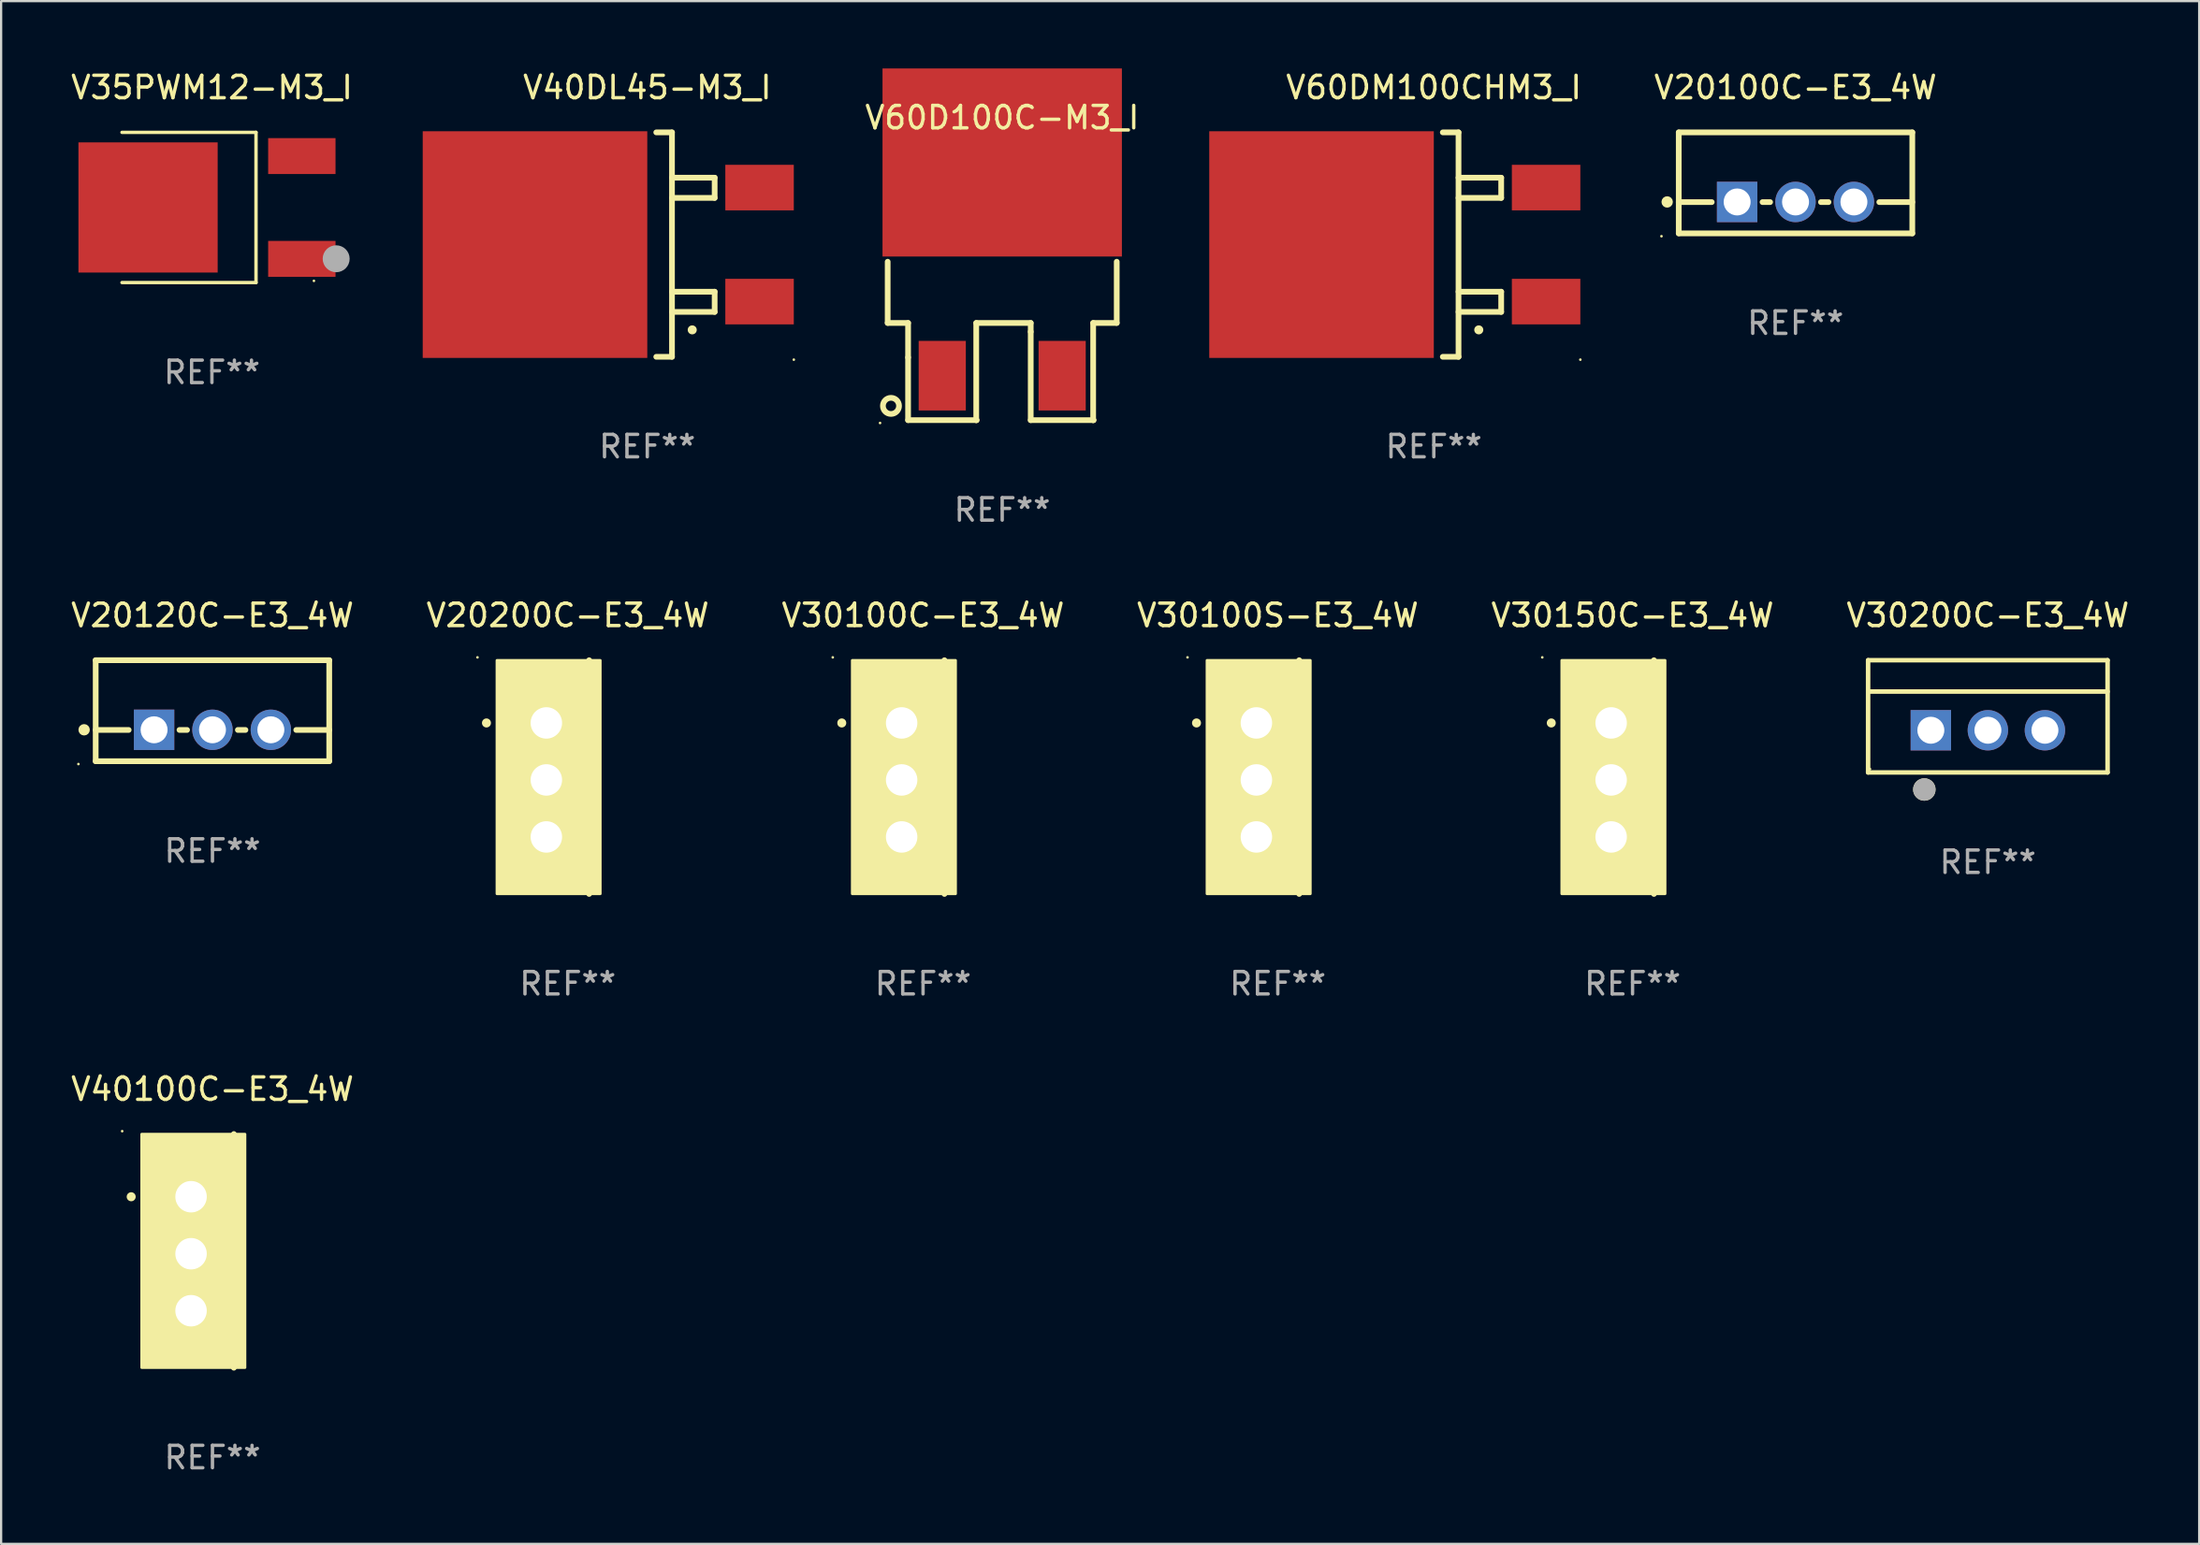
<source format=kicad_pcb>
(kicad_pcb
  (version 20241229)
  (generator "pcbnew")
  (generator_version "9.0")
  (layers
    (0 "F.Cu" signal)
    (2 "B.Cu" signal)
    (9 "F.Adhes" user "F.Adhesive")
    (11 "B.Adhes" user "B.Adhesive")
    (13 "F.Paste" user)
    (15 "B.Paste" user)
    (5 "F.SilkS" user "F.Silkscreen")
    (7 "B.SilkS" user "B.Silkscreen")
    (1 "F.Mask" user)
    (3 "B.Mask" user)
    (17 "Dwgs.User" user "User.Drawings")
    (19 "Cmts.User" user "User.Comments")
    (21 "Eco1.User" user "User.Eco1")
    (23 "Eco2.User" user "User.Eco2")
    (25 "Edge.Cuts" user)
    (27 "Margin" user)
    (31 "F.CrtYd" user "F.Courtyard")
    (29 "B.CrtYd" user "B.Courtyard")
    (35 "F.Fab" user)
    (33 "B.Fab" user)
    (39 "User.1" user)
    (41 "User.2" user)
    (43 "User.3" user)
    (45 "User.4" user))
  (footprint "V30200C-E3_4W"
    (layer "F.Cu")
    (at 85.47 28.867)
    (property "Reference" "V30200C-E3_4W" (at 0 -4.5 0) (layer "F.SilkS") (effects (font (size 1 1) (thickness 0.15))))
    (attr through_hole)
    (fp_line (start -5.332 2.5) (end -5.332 -2.5) (stroke (width 0.201) (type solid)) (layer "F.SilkS"))
    (fp_line (start -5.328 -2.5) (end 5.332 -2.5) (stroke (width 0.201) (type solid)) (layer "F.SilkS"))
    (fp_line (start -5.328 -1.104) (end 5.332 -1.104) (stroke (width 0.201) (type solid)) (layer "F.SilkS"))
    (fp_line (start 5.332 -2.5) (end 5.332 2.5) (stroke (width 0.201) (type solid)) (layer "F.SilkS"))
    (fp_line (start 5.332 2.5) (end -5.332 2.5) (stroke (width 0.201) (type solid)) (layer "F.SilkS"))
    (fp_circle (center -5.248 2.35) (end -5.218 2.35) (stroke (width 0.06) (type solid)) (fill no) (layer "F.SilkS"))
    (fp_circle (center -2.828 3.26) (end -2.578 3.26) (stroke (width 0.5) (type solid)) (fill no) (layer "F.SilkS"))
    (fp_circle (center -2.828 3.26) (end -2.578 3.26) (stroke (width 0.5) (type solid)) (fill no) (layer "F.Fab"))
    (fp_text user "REF**" (at 0 6.5 0) (layer "F.Fab") (effects (font (size 1 1) (thickness 0.15))))
    (pad "1" thru_hole rect (at -2.538 0.62) (size 1.8 1.8) (drill 1.2) (layers "*.Cu" "*.Mask"))
    (pad "2" thru_hole circle (at 0.002 0.62) (size 1.8 1.8) (drill 1.2) (layers "*.Cu" "*.Mask"))
    (pad "3" thru_hole circle (at 2.542 0.62) (size 1.8 1.8) (drill 1.2) (layers "*.Cu" "*.Mask")))
  (footprint "V30150C-E3_4W"
    (layer "F.Cu")
    (at 69.649 31.574)
    (property "Reference" "V30150C-E3_4W" (at 0 -7.207 0) (layer "F.SilkS") (effects (font (size 1 1) (thickness 0.15))))
    (attr through_hole)
    (fp_line (start 0.953 5.207) (end 0.953 -5.207) (stroke (width 0.254) (type solid)) (layer "F.SilkS"))
    (fp_arc (start -3.619507 -2.410465) (mid -3.619511 -2.411735) (end -3.619507 -2.413005) (stroke (width 0.4) (type solid)) (layer "F.SilkS"))
    (fp_circle (center -4.02 -5.334) (end -3.99 -5.334) (stroke (width 0.06) (type solid)) (fill no) (layer "F.SilkS"))
    (fp_poly (pts (xy -3.152 -5.2) (xy 1.448 -5.2) (xy 1.448 5.2) (xy -3.152 5.2)) (stroke (width 0.12) (type solid)) (fill yes) (layer "F.SilkS"))
    (fp_text user "REF**" (at 0 9.207 0) (layer "F.Fab") (effects (font (size 1 1) (thickness 0.15))))
    (pad "1" thru_hole rect (at -0.953 -2.413 270) (size 2 2.5) (drill 1.4) (layers "*.Cu" "*.Mask"))
    (pad "2" thru_hole oval (at -0.953 0.127 270) (size 2 2.5) (drill 1.4) (layers "*.Cu" "*.Mask"))
    (pad "3" thru_hole oval (at -0.953 2.667 270) (size 2 2.5) (drill 1.4) (layers "*.Cu" "*.Mask")))
  (footprint "V40100C-E3_4W"
    (layer "F.Cu")
    (at 6.411 52.685)
    (property "Reference" "V40100C-E3_4W" (at 0 -7.207 0) (layer "F.SilkS") (effects (font (size 1 1) (thickness 0.15))))
    (attr through_hole)
    (fp_line (start 0.953 5.207) (end 0.953 -5.207) (stroke (width 0.254) (type solid)) (layer "F.SilkS"))
    (fp_arc (start -3.619507 -2.410465) (mid -3.619511 -2.411735) (end -3.619507 -2.413005) (stroke (width 0.4) (type solid)) (layer "F.SilkS"))
    (fp_circle (center -4.02 -5.334) (end -3.99 -5.334) (stroke (width 0.06) (type solid)) (fill no) (layer "F.SilkS"))
    (fp_poly (pts (xy -3.152 -5.2) (xy 1.448 -5.2) (xy 1.448 5.2) (xy -3.152 5.2)) (stroke (width 0.12) (type solid)) (fill yes) (layer "F.SilkS"))
    (fp_text user "REF**" (at 0 9.207 0) (layer "F.Fab") (effects (font (size 1 1) (thickness 0.15))))
    (pad "1" thru_hole rect (at -0.953 -2.413 270) (size 2 2.5) (drill 1.4) (layers "*.Cu" "*.Mask"))
    (pad "2" thru_hole oval (at -0.953 0.127 270) (size 2 2.5) (drill 1.4) (layers "*.Cu" "*.Mask"))
    (pad "3" thru_hole oval (at -0.953 2.667 270) (size 2 2.5) (drill 1.4) (layers "*.Cu" "*.Mask")))
  (footprint "V20200C-E3_4W"
    (layer "F.Cu")
    (at 22.232 31.574)
    (property "Reference" "V20200C-E3_4W" (at 0 -7.207 0) (layer "F.SilkS") (effects (font (size 1 1) (thickness 0.15))))
    (attr through_hole)
    (fp_line (start 0.953 5.207) (end 0.953 -5.207) (stroke (width 0.254) (type solid)) (layer "F.SilkS"))
    (fp_arc (start -3.619507 -2.410465) (mid -3.619511 -2.411735) (end -3.619507 -2.413005) (stroke (width 0.4) (type solid)) (layer "F.SilkS"))
    (fp_circle (center -4.02 -5.334) (end -3.99 -5.334) (stroke (width 0.06) (type solid)) (fill no) (layer "F.SilkS"))
    (fp_poly (pts (xy -3.152 -5.2) (xy 1.448 -5.2) (xy 1.448 5.2) (xy -3.152 5.2)) (stroke (width 0.12) (type solid)) (fill yes) (layer "F.SilkS"))
    (fp_text user "REF**" (at 0 9.207 0) (layer "F.Fab") (effects (font (size 1 1) (thickness 0.15))))
    (pad "1" thru_hole rect (at -0.953 -2.413 270) (size 2 2.5) (drill 1.4) (layers "*.Cu" "*.Mask"))
    (pad "2" thru_hole oval (at -0.953 0.127 270) (size 2 2.5) (drill 1.4) (layers "*.Cu" "*.Mask"))
    (pad "3" thru_hole oval (at -0.953 2.667 270) (size 2 2.5) (drill 1.4) (layers "*.Cu" "*.Mask")))
  (footprint "V20100C-E3_4W"
    (layer "F.Cu")
    (at 76.906 5.098)
    (property "Reference" "V20100C-E3_4W" (at 0 -4.25 0) (layer "F.SilkS") (effects (font (size 1 1) (thickness 0.15))))
    (attr through_hole)
    (fp_line (start -5.2 -2.25) (end -5.2 2.25) (stroke (width 0.254) (type solid)) (layer "F.SilkS"))
    (fp_line (start -5.2 -2.25) (end 5.2 -2.25) (stroke (width 0.254) (type solid)) (layer "F.SilkS"))
    (fp_line (start -5.2 0.857) (end -3.731 0.857) (stroke (width 0.254) (type solid)) (layer "F.SilkS"))
    (fp_line (start -5.2 2.25) (end 5.2 2.25) (stroke (width 0.254) (type solid)) (layer "F.SilkS"))
    (fp_line (start -1.469 0.857) (end -1.131 0.857) (stroke (width 0.254) (type solid)) (layer "F.SilkS"))
    (fp_line (start 1.131 0.857) (end 1.469 0.857) (stroke (width 0.254) (type solid)) (layer "F.SilkS"))
    (fp_line (start 3.731 0.857) (end 5.2 0.857) (stroke (width 0.254) (type solid)) (layer "F.SilkS"))
    (fp_line (start 5.2 -2.25) (end 5.2 2.25) (stroke (width 0.254) (type solid)) (layer "F.SilkS"))
    (fp_circle (center -5.969 2.377) (end -5.939 2.377) (stroke (width 0.06) (type solid)) (fill no) (layer "F.SilkS"))
    (fp_circle (center -5.715 0.85) (end -5.588 0.85) (stroke (width 0.254) (type solid)) (fill no) (layer "F.SilkS"))
    (fp_text user "REF**" (at 0 6.25 0) (layer "F.Fab") (effects (font (size 1 1) (thickness 0.15))))
    (pad "1" thru_hole rect (at -2.6 0.85) (size 1.8 1.8) (drill 1.2) (layers "*.Cu" "*.Mask"))
    (pad "2" thru_hole circle (at 0 0.85) (size 1.8 1.8) (drill 1.2) (layers "*.Cu" "*.Mask"))
    (pad "3" thru_hole circle (at 2.6 0.85) (size 1.8 1.8) (drill 1.2) (layers "*.Cu" "*.Mask")))
  (footprint "V35PWM12-M3_I"
    (layer "F.Cu")
    (at 6.387 6.194)
    (property "Reference" "V35PWM12-M3_I" (at 0 -5.346 0) (layer "F.SilkS") (effects (font (size 1 1) (thickness 0.15))))
    (attr through_hole)
    (fp_line (start -4.004 -3.346) (end 1.963 -3.346) (stroke (width 0.152) (type solid)) (layer "F.SilkS"))
    (fp_line (start -4.004 3.346) (end 1.963 3.346) (stroke (width 0.152) (type solid)) (layer "F.SilkS"))
    (fp_line (start 1.963 3.346) (end 1.963 -3.346) (stroke (width 0.152) (type solid)) (layer "F.SilkS"))
    (fp_circle (center 4.542 3.27) (end 4.572 3.27) (stroke (width 0.06) (type solid)) (fill no) (layer "F.SilkS"))
    (fp_circle (center 5.533 2.286) (end 5.833 2.286) (stroke (width 0.6) (type solid)) (fill no) (layer "F.Fab"))
    (fp_text user "REF**" (at 0 7.346 0) (layer "F.Fab") (effects (font (size 1 1) (thickness 0.15))))
    (pad "1" smd rect (at 4.004 2.29) (size 3 1.6) (layers "F.Cu" "F.Mask" "F.Paste"))
    (pad "2" smd rect (at -2.844 0) (size 6.2 5.8) (layers "F.Cu" "F.Mask" "F.Paste"))
    (pad "3" smd rect (at 4.004 -2.29) (size 3 1.6) (layers "F.Cu" "F.Mask" "F.Paste")))
  (footprint "V40DL45-M3_I"
    (layer "F.Cu")
    (at 25.774 7.848)
    (property "Reference" "V40DL45-M3_I" (at 0 -7 0) (layer "F.SilkS") (effects (font (size 1 1) (thickness 0.15))))
    (attr through_hole)
    (fp_line (start 0.4 -5) (end 1.1 -5) (stroke (width 0.254) (type solid)) (layer "F.SilkS"))
    (fp_line (start 1.1 -5) (end 1.1 5) (stroke (width 0.254) (type solid)) (layer "F.SilkS"))
    (fp_line (start 1.1 -2.08) (end 3 -2.08) (stroke (width 0.254) (type solid)) (layer "F.SilkS"))
    (fp_line (start 1.1 3) (end 3 3) (stroke (width 0.254) (type solid)) (layer "F.SilkS"))
    (fp_line (start 1.1 5) (end 0.4 5) (stroke (width 0.254) (type solid)) (layer "F.SilkS"))
    (fp_line (start 3 -2.98) (end 1.1 -2.98) (stroke (width 0.254) (type solid)) (layer "F.SilkS"))
    (fp_line (start 3 -2.08) (end 3 -2.98) (stroke (width 0.254) (type solid)) (layer "F.SilkS"))
    (fp_line (start 3 2.1) (end 1.1 2.1) (stroke (width 0.254) (type solid)) (layer "F.SilkS"))
    (fp_line (start 3 3) (end 3 2.1) (stroke (width 0.254) (type solid)) (layer "F.SilkS"))
    (fp_arc (start 2.000254 3.799848) (mid 2.001524 3.799844) (end 2.002794 3.799848) (stroke (width 0.4) (type solid)) (layer "F.SilkS"))
    (fp_circle (center 6.525 5.127) (end 6.555 5.127) (stroke (width 0.06) (type solid)) (fill no) (layer "F.SilkS"))
    (fp_text user "REF**" (at 0 9 0) (layer "F.Fab") (effects (font (size 1 1) (thickness 0.15))))
    (pad "1" smd rect (at 5 2.54 270) (size 2.03 3.05) (layers "F.Cu" "F.Mask" "F.Paste"))
    (pad "2" smd rect (at 5 -2.54 270) (size 2.03 3.05) (layers "F.Cu" "F.Mask" "F.Paste"))
    (pad "3" smd rect (at -5 -0.000254 270) (size 10.1 10) (layers "F.Cu" "F.Mask" "F.Paste")))
  (footprint "V60DM100CHM3_I"
    (layer "F.Cu")
    (at 60.799 7.848)
    (property "Reference" "V60DM100CHM3_I" (at 0 -7 0) (layer "F.SilkS") (effects (font (size 1 1) (thickness 0.15))))
    (attr through_hole)
    (fp_line (start 0.4 -5) (end 1.1 -5) (stroke (width 0.254) (type solid)) (layer "F.SilkS"))
    (fp_line (start 1.1 -5) (end 1.1 5) (stroke (width 0.254) (type solid)) (layer "F.SilkS"))
    (fp_line (start 1.1 -2.08) (end 3 -2.08) (stroke (width 0.254) (type solid)) (layer "F.SilkS"))
    (fp_line (start 1.1 3) (end 3 3) (stroke (width 0.254) (type solid)) (layer "F.SilkS"))
    (fp_line (start 1.1 5) (end 0.4 5) (stroke (width 0.254) (type solid)) (layer "F.SilkS"))
    (fp_line (start 3 -2.98) (end 1.1 -2.98) (stroke (width 0.254) (type solid)) (layer "F.SilkS"))
    (fp_line (start 3 -2.08) (end 3 -2.98) (stroke (width 0.254) (type solid)) (layer "F.SilkS"))
    (fp_line (start 3 2.1) (end 1.1 2.1) (stroke (width 0.254) (type solid)) (layer "F.SilkS"))
    (fp_line (start 3 3) (end 3 2.1) (stroke (width 0.254) (type solid)) (layer "F.SilkS"))
    (fp_arc (start 2.000254 3.799848) (mid 2.001524 3.799844) (end 2.002794 3.799848) (stroke (width 0.4) (type solid)) (layer "F.SilkS"))
    (fp_circle (center 6.525 5.127) (end 6.555 5.127) (stroke (width 0.06) (type solid)) (fill no) (layer "F.SilkS"))
    (fp_text user "REF**" (at 0 9 0) (layer "F.Fab") (effects (font (size 1 1) (thickness 0.15))))
    (pad "1" smd rect (at 5 2.54 270) (size 2.03 3.05) (layers "F.Cu" "F.Mask" "F.Paste"))
    (pad "2" smd rect (at 5 -2.54 270) (size 2.03 3.05) (layers "F.Cu" "F.Mask" "F.Paste"))
    (pad "3" smd rect (at -5 -0.000254 270) (size 10.1 10) (layers "F.Cu" "F.Mask" "F.Paste")))
  (footprint "V30100S-E3_4W"
    (layer "F.Cu")
    (at 53.851 31.574)
    (property "Reference" "V30100S-E3_4W" (at 0 -7.207 0) (layer "F.SilkS") (effects (font (size 1 1) (thickness 0.15))))
    (attr through_hole)
    (fp_line (start 0.953 5.207) (end 0.953 -5.207) (stroke (width 0.254) (type solid)) (layer "F.SilkS"))
    (fp_arc (start -3.619507 -2.410465) (mid -3.619511 -2.411735) (end -3.619507 -2.413005) (stroke (width 0.4) (type solid)) (layer "F.SilkS"))
    (fp_circle (center -4.02 -5.334) (end -3.99 -5.334) (stroke (width 0.06) (type solid)) (fill no) (layer "F.SilkS"))
    (fp_poly (pts (xy -3.152 -5.2) (xy 1.448 -5.2) (xy 1.448 5.2) (xy -3.152 5.2)) (stroke (width 0.12) (type solid)) (fill yes) (layer "F.SilkS"))
    (fp_text user "REF**" (at 0 9.207 0) (layer "F.Fab") (effects (font (size 1 1) (thickness 0.15))))
    (pad "1" thru_hole rect (at -0.953 -2.413 270) (size 2 2.5) (drill 1.4) (layers "*.Cu" "*.Mask"))
    (pad "2" thru_hole oval (at -0.953 0.127 270) (size 2 2.5) (drill 1.4) (layers "*.Cu" "*.Mask"))
    (pad "3" thru_hole oval (at -0.953 2.667 270) (size 2 2.5) (drill 1.4) (layers "*.Cu" "*.Mask")))
  (footprint "V60D100C-M3_I"
    (layer "F.Cu")
    (at 41.579 9.93)
    (property "Reference" "V60D100C-M3_I" (at 0 -7.74 0) (layer "F.SilkS") (effects (font (size 1 1) (thickness 0.15))))
    (attr through_hole)
    (fp_line (start -5.1 1.41) (end -5.1 -1.319) (stroke (width 0.254) (type solid)) (layer "F.SilkS"))
    (fp_line (start -5.1 1.41) (end -4.191 1.41) (stroke (width 0.254) (type solid)) (layer "F.SilkS"))
    (fp_line (start -4.191 1.41) (end -4.191 2.946) (stroke (width 0.254) (type solid)) (layer "F.SilkS"))
    (fp_line (start -4.191 2.946) (end -4.191 5.74) (stroke (width 0.254) (type solid)) (layer "F.SilkS"))
    (fp_line (start -4.191 5.74) (end -1.143 5.74) (stroke (width 0.254) (type solid)) (layer "F.SilkS"))
    (fp_line (start -1.156 1.41) (end 1.27 1.41) (stroke (width 0.254) (type solid)) (layer "F.SilkS"))
    (fp_line (start -1.156 5.74) (end -1.156 1.41) (stroke (width 0.254) (type solid)) (layer "F.SilkS"))
    (fp_line (start -1.143 5.74) (end -1.156 5.74) (stroke (width 0.254) (type solid)) (layer "F.SilkS"))
    (fp_line (start 1.27 1.41) (end 1.27 1.803) (stroke (width 0.254) (type solid)) (layer "F.SilkS"))
    (fp_line (start 1.27 1.803) (end 1.27 5.74) (stroke (width 0.254) (type solid)) (layer "F.SilkS"))
    (fp_line (start 1.27 5.74) (end 4.064 5.74) (stroke (width 0.254) (type solid)) (layer "F.SilkS"))
    (fp_line (start 4.051 1.41) (end 5.1 1.41) (stroke (width 0.254) (type solid)) (layer "F.SilkS"))
    (fp_line (start 4.051 5.74) (end 4.051 1.41) (stroke (width 0.254) (type solid)) (layer "F.SilkS"))
    (fp_line (start 4.064 5.74) (end 4.051 5.74) (stroke (width 0.254) (type solid)) (layer "F.SilkS"))
    (fp_line (start 5.1 1.41) (end 5.1 -1.319) (stroke (width 0.254) (type solid)) (layer "F.SilkS"))
    (fp_circle (center -5.439 5.867) (end -5.409 5.867) (stroke (width 0.06) (type solid)) (fill no) (layer "F.SilkS"))
    (fp_circle (center -4.953 5.105) (end -4.594 5.105) (stroke (width 0.254) (type solid)) (fill no) (layer "F.SilkS"))
    (fp_text user "REF**" (at 0 9.74 0) (layer "F.Fab") (effects (font (size 1 1) (thickness 0.15))))
    (pad "1" smd rect (at -2.67 3.759) (size 2.1 3.1) (layers "F.Cu" "F.Mask" "F.Paste"))
    (pad "2" smd rect (at 2.67 3.759) (size 2.1 3.1) (layers "F.Cu" "F.Mask" "F.Paste"))
    (pad "3" smd rect (at 0 -5.74) (size 10.66 8.38) (layers "F.Cu" "F.Mask" "F.Paste")))
  (footprint "V30100C-E3_4W"
    (layer "F.Cu")
    (at 38.054 31.574)
    (property "Reference" "V30100C-E3_4W" (at 0 -7.207 0) (layer "F.SilkS") (effects (font (size 1 1) (thickness 0.15))))
    (attr through_hole)
    (fp_line (start 0.953 5.207) (end 0.953 -5.207) (stroke (width 0.254) (type solid)) (layer "F.SilkS"))
    (fp_arc (start -3.619507 -2.410465) (mid -3.619511 -2.411735) (end -3.619507 -2.413005) (stroke (width 0.4) (type solid)) (layer "F.SilkS"))
    (fp_circle (center -4.02 -5.334) (end -3.99 -5.334) (stroke (width 0.06) (type solid)) (fill no) (layer "F.SilkS"))
    (fp_poly (pts (xy -3.152 -5.2) (xy 1.448 -5.2) (xy 1.448 5.2) (xy -3.152 5.2)) (stroke (width 0.12) (type solid)) (fill yes) (layer "F.SilkS"))
    (fp_text user "REF**" (at 0 9.207 0) (layer "F.Fab") (effects (font (size 1 1) (thickness 0.15))))
    (pad "1" thru_hole rect (at -0.953 -2.413 270) (size 2 2.5) (drill 1.4) (layers "*.Cu" "*.Mask"))
    (pad "2" thru_hole oval (at -0.953 0.127 270) (size 2 2.5) (drill 1.4) (layers "*.Cu" "*.Mask"))
    (pad "3" thru_hole oval (at -0.953 2.667 270) (size 2 2.5) (drill 1.4) (layers "*.Cu" "*.Mask")))
  (footprint "V20120C-E3_4W"
    (layer "F.Cu")
    (at 6.411 28.617)
    (property "Reference" "V20120C-E3_4W" (at 0 -4.25 0) (layer "F.SilkS") (effects (font (size 1 1) (thickness 0.15))))
    (attr through_hole)
    (fp_line (start -5.2 -2.25) (end -5.2 2.25) (stroke (width 0.254) (type solid)) (layer "F.SilkS"))
    (fp_line (start -5.2 -2.25) (end 5.2 -2.25) (stroke (width 0.254) (type solid)) (layer "F.SilkS"))
    (fp_line (start -5.2 0.857) (end -3.731 0.857) (stroke (width 0.254) (type solid)) (layer "F.SilkS"))
    (fp_line (start -5.2 2.25) (end 5.2 2.25) (stroke (width 0.254) (type solid)) (layer "F.SilkS"))
    (fp_line (start -1.469 0.857) (end -1.131 0.857) (stroke (width 0.254) (type solid)) (layer "F.SilkS"))
    (fp_line (start 1.131 0.857) (end 1.469 0.857) (stroke (width 0.254) (type solid)) (layer "F.SilkS"))
    (fp_line (start 3.731 0.857) (end 5.2 0.857) (stroke (width 0.254) (type solid)) (layer "F.SilkS"))
    (fp_line (start 5.2 -2.25) (end 5.2 2.25) (stroke (width 0.254) (type solid)) (layer "F.SilkS"))
    (fp_circle (center -5.969 2.377) (end -5.939 2.377) (stroke (width 0.06) (type solid)) (fill no) (layer "F.SilkS"))
    (fp_circle (center -5.715 0.85) (end -5.588 0.85) (stroke (width 0.254) (type solid)) (fill no) (layer "F.SilkS"))
    (fp_text user "REF**" (at 0 6.25 0) (layer "F.Fab") (effects (font (size 1 1) (thickness 0.15))))
    (pad "1" thru_hole rect (at -2.6 0.85) (size 1.8 1.8) (drill 1.2) (layers "*.Cu" "*.Mask"))
    (pad "2" thru_hole circle (at 0 0.85) (size 1.8 1.8) (drill 1.2) (layers "*.Cu" "*.Mask"))
    (pad "3" thru_hole circle (at 2.6 0.85) (size 1.8 1.8) (drill 1.2) (layers "*.Cu" "*.Mask")))
  (gr_rect
    (start -3 -3)
    (end 94.881 65.74)
    (stroke (width 0.1) (type default))
    (fill no)
    (layer "Edge.Cuts")))
</source>
